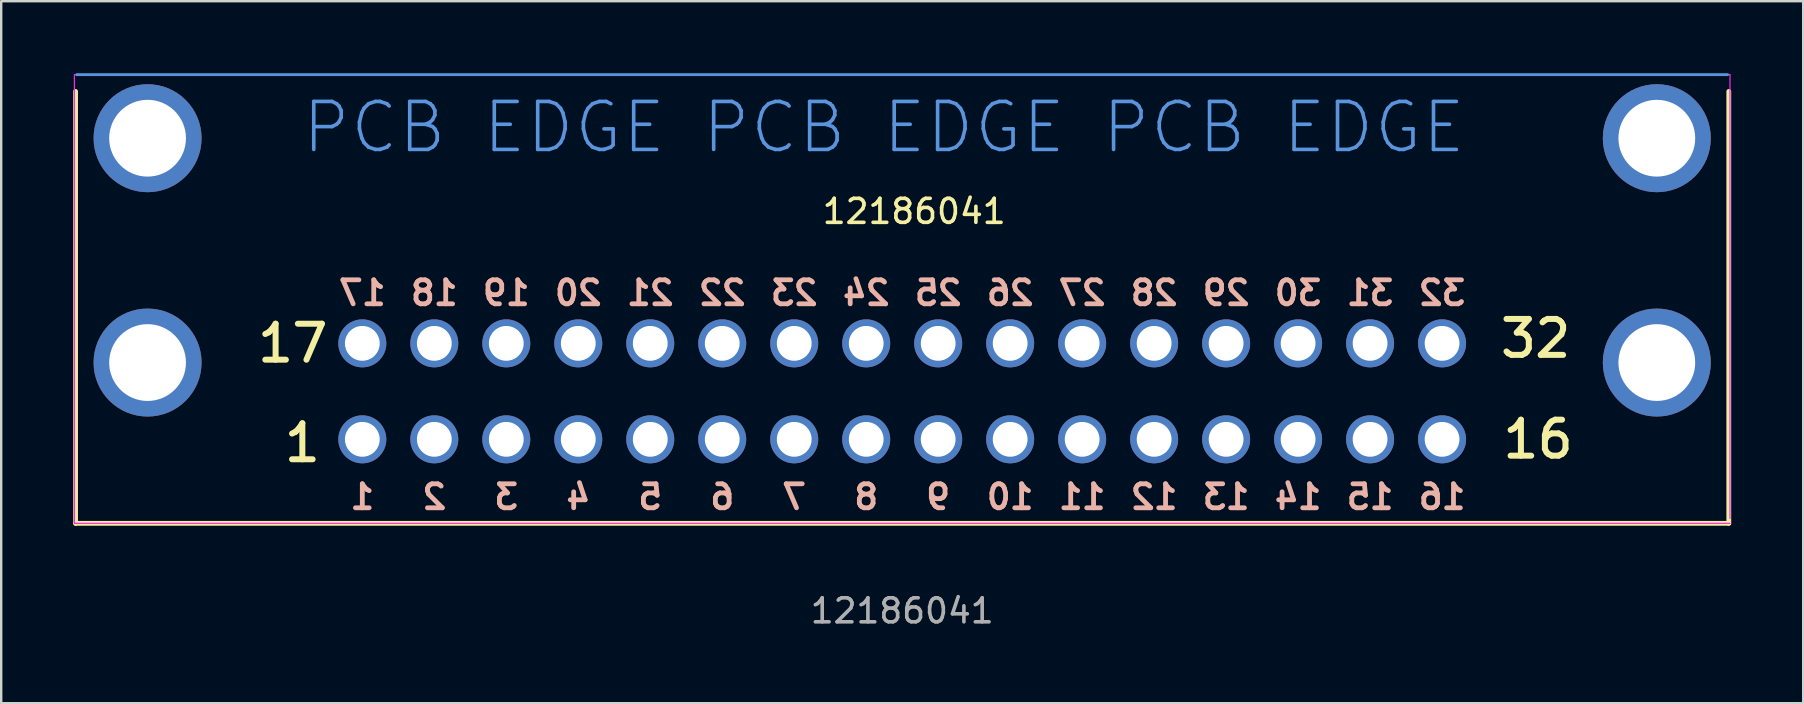
<source format=kicad_pcb>
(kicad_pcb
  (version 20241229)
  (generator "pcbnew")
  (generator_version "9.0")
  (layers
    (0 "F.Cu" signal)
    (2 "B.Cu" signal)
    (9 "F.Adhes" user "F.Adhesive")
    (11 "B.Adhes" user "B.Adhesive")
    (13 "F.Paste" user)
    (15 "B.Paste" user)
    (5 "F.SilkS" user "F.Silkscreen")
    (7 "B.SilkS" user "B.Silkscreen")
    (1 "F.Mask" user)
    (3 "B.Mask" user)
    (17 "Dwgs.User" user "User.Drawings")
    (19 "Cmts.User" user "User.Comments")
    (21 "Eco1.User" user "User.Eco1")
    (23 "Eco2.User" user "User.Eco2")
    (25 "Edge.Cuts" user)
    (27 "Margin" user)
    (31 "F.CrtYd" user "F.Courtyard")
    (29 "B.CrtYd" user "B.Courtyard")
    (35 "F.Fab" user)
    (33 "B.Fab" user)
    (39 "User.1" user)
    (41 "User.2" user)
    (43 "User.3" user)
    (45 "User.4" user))
  (footprint "12186041"
    (layer "F.Cu")
    (at 34.55 8.26)
    (property "Reference" "12186041" (at 0.5 -2.5 0) (unlocked yes) (layer "F.SilkS") (effects (font (size 1 1) (thickness 0.15))))
    (attr through_hole)
    (fp_line (start -34.45 -7.5) (end -34.45 10.5) (stroke (width 0.2) (type solid)) (layer "F.SilkS"))
    (fp_line (start -34.45 10.5) (end 34.45 10.5) (stroke (width 0.2) (type solid)) (layer "F.SilkS"))
    (fp_line (start 34.45 -7.5) (end 34.45 10.5) (stroke (width 0.2) (type solid)) (layer "F.SilkS"))
    (fp_line (start -34.4 -8.2) (end 34.4 -8.2) (stroke (width 0.12) (type solid)) (layer "Cmts.User"))
    (fp_line (start -34.5 -8.2) (end 34.5 -8.2) (stroke (width 0.05) (type solid)) (layer "F.CrtYd"))
    (fp_line (start -34.5 10.5) (end -34.5 -8.2) (stroke (width 0.05) (type solid)) (layer "F.CrtYd"))
    (fp_line (start 34.5 -8.2) (end 34.5 10.3) (stroke (width 0.05) (type solid)) (layer "F.CrtYd"))
    (fp_line (start 34.5 10.5) (end -34.5 10.5) (stroke (width 0.05) (type solid)) (layer "F.CrtYd"))
    (fp_text user "1" (at -25 7.15 180) (layer "F.SilkS") (effects (font (size 1.5 1.5) (thickness 0.25))))
    (fp_text user "16" (at 26.5 7 180) (layer "F.SilkS") (effects (font (size 1.5 1.5) (thickness 0.25))))
    (fp_text user "32" (at 26.4 2.8 180) (layer "F.SilkS") (effects (font (size 1.5 1.5) (thickness 0.25))))
    (fp_text user "17" (at -25.4 3 180) (layer "F.SilkS") (effects (font (size 1.5 1.5) (thickness 0.25))))
    (fp_text user "9" (at 1.5 9.4 0) (layer "B.SilkS") (effects (font (size 1 1) (thickness 0.2)) (justify mirror)))
    (fp_text user "1" (at -22.5 9.4 0) (layer "B.SilkS") (effects (font (size 1 1) (thickness 0.2)) (justify mirror)))
    (fp_text user "32" (at 22.5 0.9 0) (layer "B.SilkS") (effects (font (size 1 1) (thickness 0.2)) (justify mirror)))
    (fp_text user "2" (at -19.5 9.4 0) (layer "B.SilkS") (effects (font (size 1 1) (thickness 0.2)) (justify mirror)))
    (fp_text user "25" (at 1.5 0.9 0) (layer "B.SilkS") (effects (font (size 1 1) (thickness 0.2)) (justify mirror)))
    (fp_text user "31" (at 19.5 0.9 0) (layer "B.SilkS") (effects (font (size 1 1) (thickness 0.2)) (justify mirror)))
    (fp_text user "18" (at -19.5 0.9 0) (layer "B.SilkS") (effects (font (size 1 1) (thickness 0.2)) (justify mirror)))
    (fp_text user "13" (at 13.5 9.4 0) (layer "B.SilkS") (effects (font (size 1 1) (thickness 0.2)) (justify mirror)))
    (fp_text user "11" (at 7.5 9.4 0) (layer "B.SilkS") (effects (font (size 1 1) (thickness 0.2)) (justify mirror)))
    (fp_text user "10" (at 4.5 9.4 0) (layer "B.SilkS") (effects (font (size 1 1) (thickness 0.2)) (justify mirror)))
    (fp_text user "27" (at 7.5 0.9 0) (layer "B.SilkS") (effects (font (size 1 1) (thickness 0.2)) (justify mirror)))
    (fp_text user "17" (at -22.5 0.9 0) (layer "B.SilkS") (effects (font (size 1 1) (thickness 0.2)) (justify mirror)))
    (fp_text user "20" (at -13.5 0.9 0) (layer "B.SilkS") (effects (font (size 1 1) (thickness 0.2)) (justify mirror)))
    (fp_text user "29" (at 13.5 0.9 0) (layer "B.SilkS") (effects (font (size 1 1) (thickness 0.2)) (justify mirror)))
    (fp_text user "4" (at -13.5 9.4 0) (layer "B.SilkS") (effects (font (size 1 1) (thickness 0.2)) (justify mirror)))
    (fp_text user "12" (at 10.5 9.4 0) (layer "B.SilkS") (effects (font (size 1 1) (thickness 0.2)) (justify mirror)))
    (fp_text user "14" (at 16.5 9.4 0) (layer "B.SilkS") (effects (font (size 1 1) (thickness 0.2)) (justify mirror)))
    (fp_text user "6" (at -7.5 9.4 0) (layer "B.SilkS") (effects (font (size 1 1) (thickness 0.2)) (justify mirror)))
    (fp_text user "23" (at -4.5 0.9 0) (layer "B.SilkS") (effects (font (size 1 1) (thickness 0.2)) (justify mirror)))
    (fp_text user "28" (at 10.5 0.9 0) (layer "B.SilkS") (effects (font (size 1 1) (thickness 0.2)) (justify mirror)))
    (fp_text user "21" (at -10.5 0.9 0) (layer "B.SilkS") (effects (font (size 1 1) (thickness 0.2)) (justify mirror)))
    (fp_text user "7" (at -4.5 9.4 0) (layer "B.SilkS") (effects (font (size 1 1) (thickness 0.2)) (justify mirror)))
    (fp_text user "16" (at 22.5 9.4 0) (layer "B.SilkS") (effects (font (size 1 1) (thickness 0.2)) (justify mirror)))
    (fp_text user "19" (at -16.5 0.9 0) (layer "B.SilkS") (effects (font (size 1 1) (thickness 0.2)) (justify mirror)))
    (fp_text user "15" (at 19.5 9.4 0) (layer "B.SilkS") (effects (font (size 1 1) (thickness 0.2)) (justify mirror)))
    (fp_text user "24" (at -1.5 0.9 0) (layer "B.SilkS") (effects (font (size 1 1) (thickness 0.2)) (justify mirror)))
    (fp_text user "26" (at 4.5 0.9 0) (layer "B.SilkS") (effects (font (size 1 1) (thickness 0.2)) (justify mirror)))
    (fp_text user "3" (at -16.5 9.4 0) (layer "B.SilkS") (effects (font (size 1 1) (thickness 0.2)) (justify mirror)))
    (fp_text user "8" (at -1.5 9.4 0) (layer "B.SilkS") (effects (font (size 1 1) (thickness 0.2)) (justify mirror)))
    (fp_text user "5" (at -10.5 9.4 0) (layer "B.SilkS") (effects (font (size 1 1) (thickness 0.2)) (justify mirror)))
    (fp_text user "22" (at -7.5 0.9 0) (layer "B.SilkS") (effects (font (size 1 1) (thickness 0.2)) (justify mirror)))
    (fp_text user "30" (at 16.5 0.9 0) (layer "B.SilkS") (effects (font (size 1 1) (thickness 0.2)) (justify mirror)))
    (fp_text user "PCB EDGE PCB EDGE PCB EDGE " (at 0 -6 0) (unlocked yes) (layer "Cmts.User") (effects (font (size 2 2) (thickness 0.15))))
    (fp_text user "${REFERENCE}" (at 0 14.15 0) (unlocked yes) (layer "F.Fab") (effects (font (size 1 1) (thickness 0.15))))
    (pad "0" thru_hole circle (at -31.45 -5.55) (size 4.5 4.5) (drill 3.2) (layers "*.Cu" "*.Mask"))
    (pad "0" thru_hole circle (at -31.45 3.8) (size 4.5 4.5) (drill 3.2) (layers "*.Cu" "*.Mask"))
    (pad "0" thru_hole circle (at 31.45 -5.55) (size 4.5 4.5) (drill 3.2) (layers "*.Cu" "*.Mask"))
    (pad "0" thru_hole circle (at 31.45 3.8) (size 4.5 4.5) (drill 3.2) (layers "*.Cu" "*.Mask"))
    (pad "1" thru_hole circle (at -22.5 7 270) (size 2 2) (drill 1.45) (layers "*.Cu" "*.Mask"))
    (pad "2" thru_hole circle (at -19.5 7 270) (size 2 2) (drill 1.45) (layers "*.Cu" "*.Mask"))
    (pad "3" thru_hole circle (at -16.5 7 270) (size 2 2) (drill 1.45) (layers "*.Cu" "*.Mask"))
    (pad "4" thru_hole circle (at -13.5 7 270) (size 2 2) (drill 1.45) (layers "*.Cu" "*.Mask"))
    (pad "5" thru_hole circle (at -10.5 7 270) (size 2 2) (drill 1.45) (layers "*.Cu" "*.Mask"))
    (pad "6" thru_hole circle (at -7.5 7 270) (size 2 2) (drill 1.45) (layers "*.Cu" "*.Mask"))
    (pad "7" thru_hole circle (at -4.5 7 270) (size 2 2) (drill 1.45) (layers "*.Cu" "*.Mask"))
    (pad "8" thru_hole circle (at -1.5 7 270) (size 2 2) (drill 1.45) (layers "*.Cu" "*.Mask"))
    (pad "9" thru_hole circle (at 1.5 7 270) (size 2 2) (drill 1.45) (layers "*.Cu" "*.Mask"))
    (pad "10" thru_hole circle (at 4.5 7 270) (size 2 2) (drill 1.45) (layers "*.Cu" "*.Mask"))
    (pad "11" thru_hole circle (at 7.5 7 270) (size 2 2) (drill 1.45) (layers "*.Cu" "*.Mask"))
    (pad "12" thru_hole circle (at 10.5 7 270) (size 2 2) (drill 1.45) (layers "*.Cu" "*.Mask"))
    (pad "13" thru_hole circle (at 13.5 7 270) (size 2 2) (drill 1.45) (layers "*.Cu" "*.Mask"))
    (pad "14" thru_hole circle (at 16.5 7 270) (size 2 2) (drill 1.45) (layers "*.Cu" "*.Mask"))
    (pad "15" thru_hole circle (at 19.5 7 270) (size 2 2) (drill 1.45) (layers "*.Cu" "*.Mask"))
    (pad "16" thru_hole circle (at 22.5 7 270) (size 2 2) (drill 1.45) (layers "*.Cu" "*.Mask"))
    (pad "17" thru_hole circle (at -22.5 3 270) (size 2 2) (drill 1.45) (layers "*.Cu" "*.Mask"))
    (pad "18" thru_hole circle (at -19.5 3 270) (size 2 2) (drill 1.45) (layers "*.Cu" "*.Mask"))
    (pad "19" thru_hole circle (at -16.5 3 270) (size 2 2) (drill 1.45) (layers "*.Cu" "*.Mask"))
    (pad "20" thru_hole circle (at -13.5 3 270) (size 2 2) (drill 1.45) (layers "*.Cu" "*.Mask"))
    (pad "21" thru_hole circle (at -10.5 3 270) (size 2 2) (drill 1.45) (layers "*.Cu" "*.Mask"))
    (pad "22" thru_hole circle (at -7.5 3 270) (size 2 2) (drill 1.45) (layers "*.Cu" "*.Mask"))
    (pad "23" thru_hole circle (at -4.5 3 270) (size 2 2) (drill 1.45) (layers "*.Cu" "*.Mask"))
    (pad "24" thru_hole circle (at -1.5 3 270) (size 2 2) (drill 1.45) (layers "*.Cu" "*.Mask"))
    (pad "25" thru_hole circle (at 1.5 3 270) (size 2 2) (drill 1.45) (layers "*.Cu" "*.Mask"))
    (pad "26" thru_hole circle (at 4.5 3 270) (size 2 2) (drill 1.45) (layers "*.Cu" "*.Mask"))
    (pad "27" thru_hole circle (at 7.5 3 270) (size 2 2) (drill 1.45) (layers "*.Cu" "*.Mask"))
    (pad "28" thru_hole circle (at 10.5 3 270) (size 2 2) (drill 1.45) (layers "*.Cu" "*.Mask"))
    (pad "29" thru_hole circle (at 13.5 3 270) (size 2 2) (drill 1.45) (layers "*.Cu" "*.Mask"))
    (pad "30" thru_hole circle (at 16.5 3 270) (size 2 2) (drill 1.45) (layers "*.Cu" "*.Mask"))
    (pad "31" thru_hole circle (at 19.5 3 270) (size 2 2) (drill 1.45) (layers "*.Cu" "*.Mask"))
    (pad "32" thru_hole circle (at 22.5 3 270) (size 2 2) (drill 1.45) (layers "*.Cu" "*.Mask")))
  (gr_rect
    (start -3 -3)
    (end 72.1 26.258)
    (stroke (width 0.1) (type default))
    (fill no)
    (layer "Edge.Cuts")))
</source>
